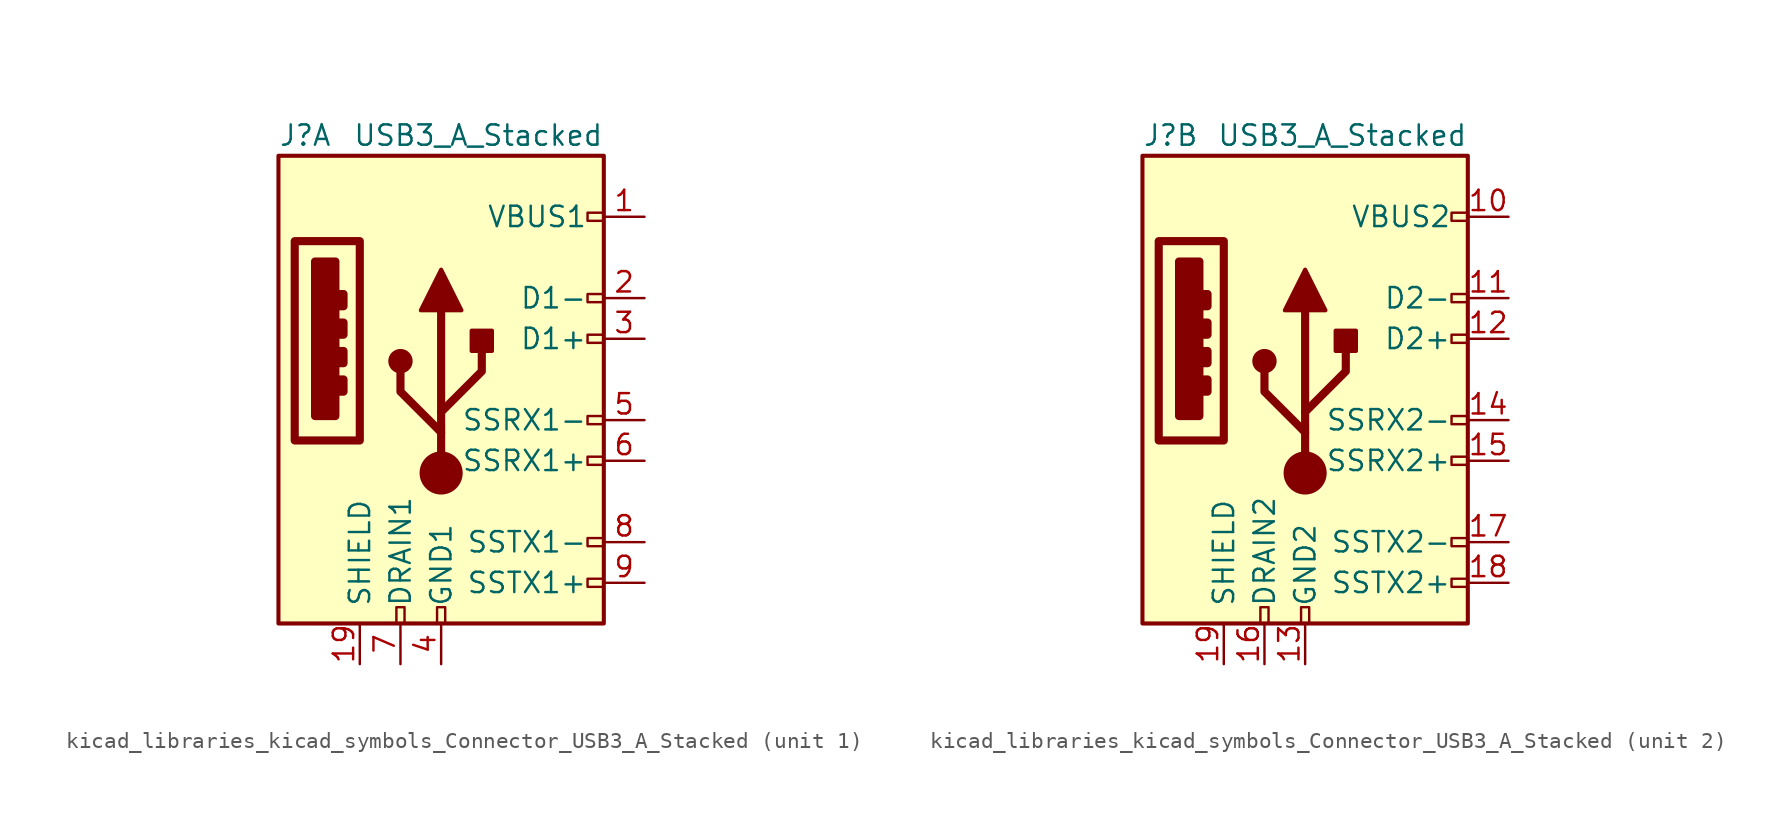
<source format=kicad_sym>
(kicad_symbol_lib
  (version 20220914)
  (generator kicad_symbol_editor)
  (symbol "kicad_libraries_kicad_symbols_Connector_USB3_A_Stacked"
    (pin_names
      (offset 1.016))
    (property "Reference" "J"
      (at -10.16 15.24 0)
      (effects (font (size 1.27 1.27)) (justify left)))
    (property "Value" "USB3_A_Stacked"
      (at 10.16 15.24 0)
      (effects (font (size 1.27 1.27)) (justify right)))
    (symbol "kicad_libraries_kicad_symbols_Connector_USB3_A_Stacked_0_0"
      (rectangle (start -9.144 8.636) (end -5.08 -3.81) (stroke (width 0.508) (type default)) (fill (type none)))
      (rectangle (start -7.874 7.366) (end -6.604 -2.286) (stroke (width 0.508) (type default)) (fill (type outline)))
      (rectangle (start -6.35 0) (end -6.096 -0.762) (stroke (width 0.508) (type default)) (fill (type none)))
      (rectangle (start -6.35 1.778) (end -6.096 1.016) (stroke (width 0.508) (type default)) (fill (type none)))
      (rectangle (start -6.35 3.556) (end -6.096 2.794) (stroke (width 0.508) (type default)) (fill (type none)))
      (rectangle (start -6.35 5.334) (end -6.096 4.572) (stroke (width 0.508) (type default)) (fill (type none)))
      (rectangle (start -2.794 -15.24) (end -2.286 -14.224) (stroke (width 0) (type default)) (fill (type none)))
      (rectangle (start -0.254 -15.24) (end 0.254 -14.224) (stroke (width 0) (type default)) (fill (type none)))
      (rectangle (start 10.16 -12.446) (end 9.144 -12.954) (stroke (width 0) (type default)) (fill (type none)))
      (rectangle (start 10.16 -9.906) (end 9.144 -10.414) (stroke (width 0) (type default)) (fill (type none)))
      (rectangle (start 10.16 -4.826) (end 9.144 -5.334) (stroke (width 0) (type default)) (fill (type none)))
      (rectangle (start 10.16 -2.286) (end 9.144 -2.794) (stroke (width 0) (type default)) (fill (type none)))
      (rectangle (start 10.16 2.794) (end 9.144 2.286) (stroke (width 0) (type default)) (fill (type none)))
      (rectangle (start 10.16 5.334) (end 9.144 4.826) (stroke (width 0) (type default)) (fill (type none)))
      (rectangle (start 10.16 10.414) (end 9.144 9.906) (stroke (width 0) (type default)) (fill (type none))))
    (symbol "kicad_libraries_kicad_symbols_Connector_USB3_A_Stacked_0_1"
      (rectangle (start -10.16 13.97) (end 10.16 -15.24) (stroke (width 0.254) (type default)) (fill (type background)))
      (pin passive line (at -5.08 -17.78 90) (length 2.54) (name "SHIELD" (effects (font (size 1.27 1.27)))) (number "19" (effects (font (size 1.27 1.27))))))
    (symbol "kicad_libraries_kicad_symbols_Connector_USB3_A_Stacked_1_1"
      (circle (center -2.54 1.143) (radius 0.635) (stroke (width 0.254) (type default)) (fill (type outline)))
      (circle (center 0 -5.842) (radius 1.27) (stroke (width 0) (type default)) (fill (type outline)))
      (polyline (pts (xy 0 -5.842) (xy 0 4.318)) (stroke (width 0.508) (type default)) (fill (type none)))
      (polyline (pts (xy 0 -3.302) (xy -2.54 -0.762) (xy -2.54 0.508)) (stroke (width 0.508) (type default)) (fill (type none)))
      (polyline (pts (xy 0 -2.032) (xy 2.54 0.508) (xy 2.54 1.778)) (stroke (width 0.508) (type default)) (fill (type none)))
      (polyline (pts (xy -1.27 4.318) (xy 0 6.858) (xy 1.27 4.318) (xy -1.27 4.318)) (stroke (width 0.254) (type default)) (fill (type outline)))
      (rectangle (start 1.905 1.778) (end 3.175 3.048) (stroke (width 0.254) (type default)) (fill (type outline)))
      (pin power_in line (at 12.7 10.16 180) (length 2.54) (name "VBUS1" (effects (font (size 1.27 1.27)))) (number "1" (effects (font (size 1.27 1.27)))))
      (pin bidirectional line (at 12.7 5.08 180) (length 2.54) (name "D1-" (effects (font (size 1.27 1.27)))) (number "2" (effects (font (size 1.27 1.27)))))
      (pin bidirectional line (at 12.7 2.54 180) (length 2.54) (name "D1+" (effects (font (size 1.27 1.27)))) (number "3" (effects (font (size 1.27 1.27)))))
      (pin power_in line (at 0 -17.78 90) (length 2.54) (name "GND1" (effects (font (size 1.27 1.27)))) (number "4" (effects (font (size 1.27 1.27)))))
      (pin output line (at 12.7 -2.54 180) (length 2.54) (name "SSRX1-" (effects (font (size 1.27 1.27)))) (number "5" (effects (font (size 1.27 1.27)))))
      (pin output line (at 12.7 -5.08 180) (length 2.54) (name "SSRX1+" (effects (font (size 1.27 1.27)))) (number "6" (effects (font (size 1.27 1.27)))))
      (pin passive line (at -2.54 -17.78 90) (length 2.54) (name "DRAIN1" (effects (font (size 1.27 1.27)))) (number "7" (effects (font (size 1.27 1.27)))))
      (pin input line (at 12.7 -10.16 180) (length 2.54) (name "SSTX1-" (effects (font (size 1.27 1.27)))) (number "8" (effects (font (size 1.27 1.27)))))
      (pin input line (at 12.7 -12.7 180) (length 2.54) (name "SSTX1+" (effects (font (size 1.27 1.27)))) (number "9" (effects (font (size 1.27 1.27))))))
    (symbol "kicad_libraries_kicad_symbols_Connector_USB3_A_Stacked_2_1"
      (circle (center -2.54 1.143) (radius 0.635) (stroke (width 0.254) (type default)) (fill (type outline)))
      (circle (center 0 -5.842) (radius 1.27) (stroke (width 0) (type default)) (fill (type outline)))
      (polyline (pts (xy 0 -5.842) (xy 0 4.318)) (stroke (width 0.508) (type default)) (fill (type none)))
      (polyline (pts (xy 0 -3.302) (xy -2.54 -0.762) (xy -2.54 0.508)) (stroke (width 0.508) (type default)) (fill (type none)))
      (polyline (pts (xy 0 -2.032) (xy 2.54 0.508) (xy 2.54 1.778)) (stroke (width 0.508) (type default)) (fill (type none)))
      (polyline (pts (xy -1.27 4.318) (xy 0 6.858) (xy 1.27 4.318) (xy -1.27 4.318)) (stroke (width 0.254) (type default)) (fill (type outline)))
      (rectangle (start 1.905 1.778) (end 3.175 3.048) (stroke (width 0.254) (type default)) (fill (type outline)))
      (pin power_in line (at 12.7 10.16 180) (length 2.54) (name "VBUS2" (effects (font (size 1.27 1.27)))) (number "10" (effects (font (size 1.27 1.27)))))
      (pin bidirectional line (at 12.7 5.08 180) (length 2.54) (name "D2-" (effects (font (size 1.27 1.27)))) (number "11" (effects (font (size 1.27 1.27)))))
      (pin bidirectional line (at 12.7 2.54 180) (length 2.54) (name "D2+" (effects (font (size 1.27 1.27)))) (number "12" (effects (font (size 1.27 1.27)))))
      (pin power_in line (at 0 -17.78 90) (length 2.54) (name "GND2" (effects (font (size 1.27 1.27)))) (number "13" (effects (font (size 1.27 1.27)))))
      (pin output line (at 12.7 -2.54 180) (length 2.54) (name "SSRX2-" (effects (font (size 1.27 1.27)))) (number "14" (effects (font (size 1.27 1.27)))))
      (pin output line (at 12.7 -5.08 180) (length 2.54) (name "SSRX2+" (effects (font (size 1.27 1.27)))) (number "15" (effects (font (size 1.27 1.27)))))
      (pin passive line (at -2.54 -17.78 90) (length 2.54) (name "DRAIN2" (effects (font (size 1.27 1.27)))) (number "16" (effects (font (size 1.27 1.27)))))
      (pin input line (at 12.7 -10.16 180) (length 2.54) (name "SSTX2-" (effects (font (size 1.27 1.27)))) (number "17" (effects (font (size 1.27 1.27)))))
      (pin input line (at 12.7 -12.7 180) (length 2.54) (name "SSTX2+" (effects (font (size 1.27 1.27)))) (number "18" (effects (font (size 1.27 1.27))))))))
</source>
